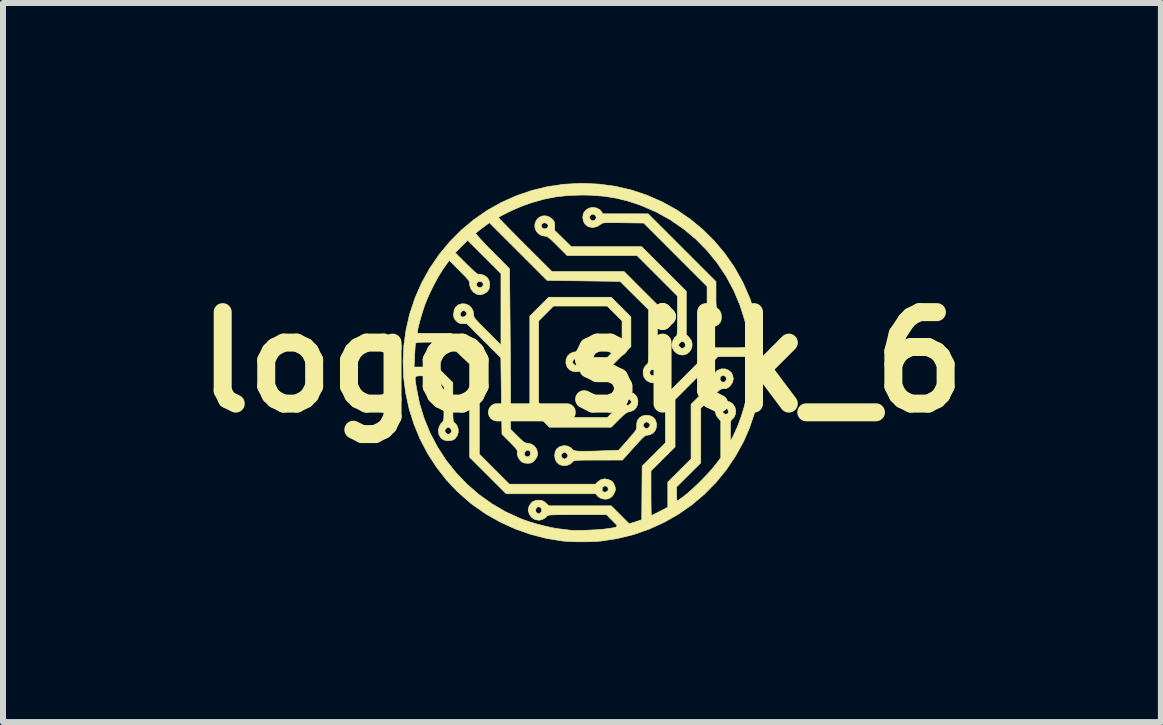
<source format=kicad_pcb>
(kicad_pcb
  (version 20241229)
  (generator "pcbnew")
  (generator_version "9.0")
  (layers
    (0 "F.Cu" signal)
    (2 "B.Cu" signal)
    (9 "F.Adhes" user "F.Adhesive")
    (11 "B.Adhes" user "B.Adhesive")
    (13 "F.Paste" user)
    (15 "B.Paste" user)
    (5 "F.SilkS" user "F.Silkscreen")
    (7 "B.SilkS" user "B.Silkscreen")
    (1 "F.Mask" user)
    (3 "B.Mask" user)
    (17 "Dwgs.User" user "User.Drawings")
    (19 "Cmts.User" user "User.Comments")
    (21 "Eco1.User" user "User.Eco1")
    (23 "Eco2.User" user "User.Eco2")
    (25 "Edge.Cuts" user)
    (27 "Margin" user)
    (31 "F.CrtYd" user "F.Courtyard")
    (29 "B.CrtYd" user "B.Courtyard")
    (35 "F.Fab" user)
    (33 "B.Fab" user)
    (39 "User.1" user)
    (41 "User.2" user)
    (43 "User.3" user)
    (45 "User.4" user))
  (footprint "logo_silk_6"
    (layer "F.Cu")
    (at 6.648 2.986)
    (property "Reference" "logo_silk_6" (at 0 0 0) (layer "F.SilkS") (effects (font (size 1.524 1.524) (thickness 0.3))))
    (attr through_hole)
    (fp_poly (pts (xy -0.547 -2.422) (xy -0.499 -2.387) (xy -0.472 -2.357) (xy -0.459 -2.328) (xy -0.455 -2.29) (xy -0.455 -2.27) (xy -0.455 -2.197) (xy -0.316 -2.061) (xy -0.178 -1.925) (xy 0.996 -1.925) (xy 1.367 -1.554) (xy 1.738 -1.183) (xy 1.738 -0.46) (xy 1.778 -0.421) (xy 1.818 -0.369) (xy 1.835 -0.313) (xy 1.833 -0.258) (xy 1.815 -0.207) (xy 1.782 -0.165) (xy 1.739 -0.134) (xy 1.687 -0.12) (xy 1.63 -0.125) (xy 1.581 -0.147) (xy 1.536 -0.187) (xy 1.506 -0.24) (xy 1.497 -0.288) (xy 1.497 -0.289) (xy 1.61 -0.289) (xy 1.616 -0.27) (xy 1.63 -0.255) (xy 1.654 -0.234) (xy 1.671 -0.229) (xy 1.695 -0.239) (xy 1.699 -0.241) (xy 1.72 -0.264) (xy 1.723 -0.295) (xy 1.712 -0.324) (xy 1.689 -0.343) (xy 1.663 -0.345) (xy 1.639 -0.331) (xy 1.622 -0.312) (xy 1.61 -0.289) (xy 1.497 -0.289) (xy 1.505 -0.331) (xy 1.523 -0.377) (xy 1.548 -0.414) (xy 1.566 -0.429) (xy 1.574 -0.434) (xy 1.58 -0.444) (xy 1.584 -0.461) (xy 1.587 -0.489) (xy 1.589 -0.53) (xy 1.59 -0.589) (xy 1.591 -0.668) (xy 1.591 -0.77) (xy 1.591 -1.103) (xy 0.916 -1.778) (xy -0.248 -1.778) (xy -0.408 -1.938) (xy -0.47 -2) (xy -0.517 -2.044) (xy -0.552 -2.074) (xy -0.578 -2.091) (xy -0.598 -2.098) (xy -0.605 -2.099) (xy -0.671 -2.11) (xy -0.724 -2.141) (xy -0.763 -2.187) (xy -0.784 -2.242) (xy -0.785 -2.259) (xy -0.674 -2.259) (xy -0.668 -2.245) (xy -0.644 -2.225) (xy -0.612 -2.222) (xy -0.581 -2.236) (xy -0.57 -2.249) (xy -0.563 -2.28) (xy -0.579 -2.307) (xy -0.612 -2.322) (xy -0.619 -2.324) (xy -0.653 -2.317) (xy -0.673 -2.293) (xy -0.674 -2.259) (xy -0.785 -2.259) (xy -0.785 -2.302) (xy -0.762 -2.363) (xy -0.762 -2.364) (xy -0.719 -2.41) (xy -0.666 -2.436) (xy -0.606 -2.44) (xy -0.547 -2.422)) (stroke (width 0.01) (type solid)) (fill yes) (layer "F.SilkS"))
    (fp_poly (pts (xy 0.247 -2.569) (xy 0.299 -2.539) (xy 0.326 -2.507) (xy 0.348 -2.473) (xy 1.103 -2.473) (xy 1.668 -1.908) (xy 2.233 -1.343) (xy 2.233 -1.127) (xy 2.233 -1.046) (xy 2.234 -0.987) (xy 2.236 -0.948) (xy 2.24 -0.922) (xy 2.245 -0.907) (xy 2.254 -0.899) (xy 2.259 -0.896) (xy 2.294 -0.863) (xy 2.316 -0.814) (xy 2.325 -0.757) (xy 2.318 -0.698) (xy 2.306 -0.668) (xy 2.27 -0.626) (xy 2.219 -0.599) (xy 2.159 -0.588) (xy 2.098 -0.597) (xy 2.069 -0.609) (xy 2.029 -0.644) (xy 2.004 -0.693) (xy 1.993 -0.749) (xy 1.995 -0.765) (xy 2.102 -0.765) (xy 2.104 -0.737) (xy 2.12 -0.716) (xy 2.149 -0.697) (xy 2.178 -0.703) (xy 2.2 -0.723) (xy 2.216 -0.749) (xy 2.211 -0.772) (xy 2.182 -0.805) (xy 2.151 -0.81) (xy 2.126 -0.796) (xy 2.102 -0.765) (xy 1.995 -0.765) (xy 1.998 -0.806) (xy 2.018 -0.856) (xy 2.053 -0.892) (xy 2.059 -0.896) (xy 2.07 -0.904) (xy 2.077 -0.916) (xy 2.082 -0.939) (xy 2.084 -0.975) (xy 2.085 -1.03) (xy 2.085 -1.087) (xy 2.085 -1.263) (xy 1.557 -1.791) (xy 1.029 -2.319) (xy 0.687 -2.324) (xy 0.582 -2.325) (xy 0.501 -2.326) (xy 0.44 -2.326) (xy 0.395 -2.324) (xy 0.364 -2.322) (xy 0.344 -2.318) (xy 0.33 -2.312) (xy 0.319 -2.305) (xy 0.316 -2.302) (xy 0.255 -2.262) (xy 0.188 -2.245) (xy 0.121 -2.254) (xy 0.093 -2.266) (xy 0.051 -2.302) (xy 0.023 -2.353) (xy 0.014 -2.407) (xy 0.123 -2.407) (xy 0.14 -2.38) (xy 0.17 -2.356) (xy 0.199 -2.358) (xy 0.22 -2.374) (xy 0.239 -2.403) (xy 0.232 -2.432) (xy 0.213 -2.454) (xy 0.182 -2.469) (xy 0.152 -2.458) (xy 0.128 -2.43) (xy 0.123 -2.407) (xy 0.014 -2.407) (xy 0.013 -2.412) (xy 0.022 -2.471) (xy 0.035 -2.499) (xy 0.076 -2.545) (xy 0.129 -2.572) (xy 0.189 -2.58) (xy 0.247 -2.569)) (stroke (width 0.01) (type solid)) (fill yes) (layer "F.SilkS"))
    (fp_poly (pts (xy 1.129 0.89) (xy 1.181 0.914) (xy 1.219 0.955) (xy 1.223 0.962) (xy 1.243 1.024) (xy 1.24 1.085) (xy 1.219 1.14) (xy 1.181 1.183) (xy 1.129 1.21) (xy 1.084 1.217) (xy 1.069 1.219) (xy 1.051 1.227) (xy 1.029 1.244) (xy 0.999 1.272) (xy 0.96 1.313) (xy 0.907 1.37) (xy 0.86 1.423) (xy 0.675 1.63) (xy 0.271 1.631) (xy 0.156 1.631) (xy 0.065 1.631) (xy -0.005 1.632) (xy -0.057 1.634) (xy -0.095 1.636) (xy -0.12 1.639) (xy -0.135 1.644) (xy -0.145 1.65) (xy -0.15 1.655) (xy -0.195 1.697) (xy -0.254 1.72) (xy -0.317 1.723) (xy -0.376 1.705) (xy -0.422 1.665) (xy -0.448 1.61) (xy -0.453 1.564) (xy -0.346 1.564) (xy -0.326 1.597) (xy -0.295 1.614) (xy -0.265 1.605) (xy -0.245 1.583) (xy -0.234 1.56) (xy -0.24 1.539) (xy -0.252 1.523) (xy -0.273 1.502) (xy -0.294 1.5) (xy -0.313 1.507) (xy -0.341 1.532) (xy -0.346 1.564) (xy -0.453 1.564) (xy -0.455 1.554) (xy -0.446 1.49) (xy -0.419 1.443) (xy -0.374 1.41) (xy -0.312 1.391) (xy -0.248 1.395) (xy -0.19 1.421) (xy -0.15 1.46) (xy -0.138 1.469) (xy -0.116 1.476) (xy -0.082 1.481) (xy -0.034 1.483) (xy 0.032 1.484) (xy 0.117 1.483) (xy 0.224 1.481) (xy 0.354 1.476) (xy 0.383 1.475) (xy 0.613 1.466) (xy 0.764 1.295) (xy 0.818 1.232) (xy 0.858 1.186) (xy 0.885 1.152) (xy 0.901 1.127) (xy 0.909 1.106) (xy 0.912 1.087) (xy 0.911 1.065) (xy 0.911 1.064) (xy 0.911 1.056) (xy 1.019 1.056) (xy 1.035 1.082) (xy 1.063 1.105) (xy 1.087 1.105) (xy 1.112 1.087) (xy 1.133 1.059) (xy 1.13 1.033) (xy 1.109 1.009) (xy 1.078 0.993) (xy 1.047 1.005) (xy 1.024 1.033) (xy 1.019 1.056) (xy 0.911 1.056) (xy 0.914 1.01) (xy 0.928 0.965) (xy 0.928 0.964) (xy 0.965 0.92) (xy 1.015 0.893) (xy 1.072 0.883) (xy 1.129 0.89)) (stroke (width 0.01) (type solid)) (fill yes) (layer "F.SilkS"))
    (fp_poly (pts (xy 0.815 -0.755) (xy 0.815 -0.26) (xy 0.652 -0.097) (xy 0.488 0.067) (xy 0.271 0.067) (xy 0.19 0.067) (xy 0.132 0.068) (xy 0.092 0.07) (xy 0.067 0.074) (xy 0.052 0.08) (xy 0.043 0.088) (xy 0.04 0.093) (xy 0.006 0.131) (xy -0.042 0.153) (xy -0.098 0.159) (xy -0.155 0.151) (xy -0.205 0.127) (xy -0.242 0.089) (xy -0.247 0.081) (xy -0.268 0.017) (xy -0.266 -0.017) (xy -0.157 -0.017) (xy -0.155 0.012) (xy -0.139 0.032) (xy -0.11 0.051) (xy -0.081 0.045) (xy -0.059 0.026) (xy -0.043 -0.000375) (xy -0.048 -0.023) (xy -0.078 -0.056) (xy -0.108 -0.062) (xy -0.133 -0.047) (xy -0.157 -0.017) (xy -0.266 -0.017) (xy -0.265 -0.045) (xy -0.242 -0.1) (xy -0.201 -0.142) (xy -0.145 -0.168) (xy -0.099 -0.174) (xy -0.055 -0.167) (xy -0.01 -0.148) (xy 0.027 -0.123) (xy 0.045 -0.1) (xy 0.053 -0.092) (xy 0.071 -0.086) (xy 0.104 -0.083) (xy 0.155 -0.081) (xy 0.229 -0.08) (xy 0.238 -0.08) (xy 0.423 -0.08) (xy 0.546 -0.205) (xy 0.668 -0.331) (xy 0.668 -0.689) (xy 0.421 -0.936) (xy -0.475 -0.936) (xy -0.722 -0.688) (xy -0.722 0.676) (xy -0.474 0.922) (xy 0.422 0.922) (xy 0.512 0.832) (xy 0.602 0.741) (xy 0.602 0.663) (xy 0.602 0.645) (xy 0.71 0.645) (xy 0.717 0.679) (xy 0.731 0.697) (xy 0.754 0.718) (xy 0.775 0.717) (xy 0.802 0.695) (xy 0.803 0.694) (xy 0.821 0.672) (xy 0.821 0.653) (xy 0.812 0.637) (xy 0.782 0.609) (xy 0.749 0.605) (xy 0.728 0.615) (xy 0.71 0.645) (xy 0.602 0.645) (xy 0.603 0.617) (xy 0.611 0.586) (xy 0.628 0.56) (xy 0.647 0.54) (xy 0.681 0.511) (xy 0.713 0.498) (xy 0.755 0.495) (xy 0.825 0.504) (xy 0.877 0.532) (xy 0.914 0.579) (xy 0.915 0.583) (xy 0.933 0.646) (xy 0.927 0.707) (xy 0.901 0.76) (xy 0.858 0.801) (xy 0.801 0.823) (xy 0.792 0.825) (xy 0.767 0.83) (xy 0.743 0.842) (xy 0.714 0.862) (xy 0.677 0.895) (xy 0.627 0.944) (xy 0.613 0.957) (xy 0.488 1.083) (xy -0.542 1.083) (xy -0.869 0.755) (xy -0.869 -0.768) (xy -0.712 -0.926) (xy -0.555 -1.083) (xy 0.488 -1.083) (xy 0.815 -0.755)) (stroke (width 0.01) (type solid)) (fill yes) (layer "F.SilkS"))
    (fp_poly (pts (xy 0.288 -2.968) (xy 0.564 -2.93) (xy 0.832 -2.867) (xy 1.091 -2.78) (xy 1.34 -2.67) (xy 1.577 -2.539) (xy 1.801 -2.386) (xy 2.011 -2.213) (xy 2.205 -2.021) (xy 2.382 -1.81) (xy 2.54 -1.582) (xy 2.678 -1.337) (xy 2.687 -1.317) (xy 2.799 -1.062) (xy 2.885 -0.8) (xy 2.946 -0.532) (xy 2.983 -0.259) (xy 2.995 0.015) (xy 2.982 0.289) (xy 2.944 0.561) (xy 2.881 0.829) (xy 2.793 1.091) (xy 2.695 1.317) (xy 2.56 1.563) (xy 2.404 1.794) (xy 2.23 2.007) (xy 2.037 2.202) (xy 1.828 2.379) (xy 1.603 2.535) (xy 1.365 2.67) (xy 1.115 2.783) (xy 0.853 2.874) (xy 0.581 2.94) (xy 0.318 2.98) (xy 0.236 2.987) (xy 0.136 2.991) (xy 0.025 2.992) (xy -0.088 2.992) (xy -0.195 2.988) (xy -0.288 2.983) (xy -0.328 2.979) (xy -0.593 2.936) (xy -0.856 2.868) (xy -1.114 2.777) (xy -1.363 2.663) (xy -1.6 2.529) (xy -1.82 2.376) (xy -1.865 2.341) (xy -2.073 2.158) (xy -2.261 1.959) (xy -2.427 1.745) (xy -2.573 1.519) (xy -2.697 1.282) (xy -2.799 1.035) (xy -2.879 0.781) (xy -2.936 0.521) (xy -2.971 0.257) (xy -2.978 0.08) (xy -2.798 0.08) (xy -2.413 0.08) (xy -2.283 0.21) (xy -2.152 0.34) (xy -2.152 0.664) (xy -2.152 0.766) (xy -2.152 0.844) (xy -2.15 0.903) (xy -2.148 0.944) (xy -2.145 0.972) (xy -2.14 0.99) (xy -2.134 1) (xy -2.128 1.005) (xy -2.086 1.05) (xy -2.064 1.106) (xy -2.061 1.165) (xy -2.077 1.222) (xy -2.112 1.27) (xy -2.141 1.292) (xy -2.19 1.307) (xy -2.248 1.308) (xy -2.302 1.295) (xy -2.313 1.29) (xy -2.357 1.253) (xy -2.384 1.203) (xy -2.392 1.145) (xy -2.392 1.143) (xy -2.286 1.143) (xy -2.276 1.169) (xy -2.252 1.193) (xy -2.227 1.203) (xy -2.206 1.194) (xy -2.186 1.177) (xy -2.171 1.156) (xy -2.172 1.138) (xy -2.184 1.117) (xy -2.206 1.092) (xy -2.225 1.083) (xy -2.252 1.093) (xy -2.276 1.118) (xy -2.286 1.143) (xy -2.392 1.143) (xy -2.383 1.085) (xy -2.356 1.03) (xy -2.327 0.999) (xy -2.318 0.99) (xy -2.311 0.979) (xy -2.306 0.961) (xy -2.303 0.933) (xy -2.301 0.891) (xy -2.3 0.832) (xy -2.299 0.752) (xy -2.299 0.692) (xy -2.299 0.408) (xy -2.389 0.318) (xy -2.479 0.227) (xy -2.63 0.227) (xy -2.692 0.227) (xy -2.736 0.228) (xy -2.763 0.235) (xy -2.777 0.252) (xy -2.78 0.282) (xy -2.774 0.331) (xy -2.763 0.401) (xy -2.76 0.42) (xy -2.708 0.683) (xy -2.63 0.938) (xy -2.529 1.183) (xy -2.406 1.416) (xy -2.262 1.637) (xy -2.098 1.843) (xy -1.915 2.033) (xy -1.716 2.206) (xy -1.5 2.36) (xy -1.269 2.494) (xy -1.024 2.606) (xy -0.969 2.627) (xy -0.861 2.664) (xy -0.741 2.699) (xy -0.616 2.731) (xy -0.496 2.758) (xy -0.389 2.776) (xy -0.361 2.779) (xy -0.301 2.786) (xy -0.246 2.793) (xy -0.205 2.798) (xy -0.194 2.8) (xy -0.153 2.803) (xy -0.091 2.803) (xy -0.014 2.802) (xy 0.072 2.8) (xy 0.161 2.796) (xy 0.249 2.791) (xy 0.328 2.785) (xy 0.394 2.778) (xy 0.421 2.774) (xy 0.497 2.763) (xy 0.548 2.753) (xy 0.577 2.743) (xy 0.585 2.729) (xy 0.574 2.709) (xy 0.546 2.679) (xy 0.507 2.639) (xy 0.408 2.54) (xy -0.082 2.54) (xy -0.211 2.54) (xy -0.316 2.541) (xy -0.399 2.541) (xy -0.463 2.543) (xy -0.51 2.545) (xy -0.543 2.547) (xy -0.564 2.551) (xy -0.575 2.555) (xy -0.58 2.56) (xy -0.601 2.586) (xy -0.639 2.61) (xy -0.684 2.628) (xy -0.722 2.633) (xy -0.782 2.621) (xy -0.835 2.588) (xy -0.874 2.539) (xy -0.894 2.481) (xy -0.895 2.475) (xy -0.773 2.475) (xy -0.76 2.504) (xy -0.754 2.509) (xy -0.732 2.523) (xy -0.722 2.527) (xy -0.706 2.52) (xy -0.69 2.509) (xy -0.672 2.484) (xy -0.672 2.454) (xy -0.685 2.427) (xy -0.709 2.41) (xy -0.737 2.41) (xy -0.745 2.414) (xy -0.768 2.441) (xy -0.773 2.475) (xy -0.895 2.475) (xy -0.896 2.459) (xy -0.886 2.412) (xy -0.861 2.365) (xy -0.828 2.328) (xy -0.814 2.319) (xy -0.777 2.307) (xy -0.73 2.3) (xy -0.716 2.299) (xy -0.674 2.303) (xy -0.64 2.317) (xy -0.603 2.346) (xy -0.552 2.393) (xy 0.488 2.393) (xy 0.638 2.543) (xy 0.788 2.693) (xy 0.892 2.659) (xy 0.996 2.625) (xy 0.999 2.178) (xy 1.002 1.811) (xy 1.15 1.811) (xy 1.15 2.182) (xy 1.15 2.279) (xy 1.151 2.366) (xy 1.152 2.44) (xy 1.153 2.499) (xy 1.155 2.537) (xy 1.157 2.553) (xy 1.158 2.553) (xy 1.172 2.548) (xy 1.205 2.532) (xy 1.251 2.509) (xy 1.298 2.485) (xy 1.43 2.417) (xy 1.43 1.998) (xy 1.624 1.805) (xy 1.818 1.611) (xy 1.818 0.701) (xy 2.003 0.517) (xy 2.067 0.452) (xy 2.115 0.403) (xy 2.148 0.367) (xy 2.168 0.34) (xy 2.179 0.32) (xy 2.183 0.305) (xy 2.182 0.296) (xy 2.183 0.283) (xy 2.3 0.283) (xy 2.312 0.313) (xy 2.338 0.332) (xy 2.353 0.334) (xy 2.381 0.325) (xy 2.39 0.318) (xy 2.407 0.288) (xy 2.403 0.256) (xy 2.384 0.232) (xy 2.355 0.22) (xy 2.326 0.227) (xy 2.304 0.251) (xy 2.3 0.283) (xy 2.183 0.283) (xy 2.186 0.243) (xy 2.209 0.189) (xy 2.246 0.145) (xy 2.262 0.134) (xy 2.322 0.111) (xy 2.384 0.111) (xy 2.441 0.132) (xy 2.487 0.172) (xy 2.508 0.21) (xy 2.522 0.274) (xy 2.51 0.335) (xy 2.471 0.392) (xy 2.467 0.397) (xy 2.432 0.426) (xy 2.399 0.439) (xy 2.364 0.441) (xy 2.343 0.442) (xy 2.324 0.446) (xy 2.303 0.456) (xy 2.279 0.474) (xy 2.246 0.503) (xy 2.201 0.547) (xy 2.142 0.605) (xy 1.979 0.768) (xy 1.979 1.678) (xy 1.577 2.078) (xy 1.577 2.196) (xy 1.578 2.248) (xy 1.58 2.288) (xy 1.583 2.31) (xy 1.585 2.313) (xy 1.598 2.305) (xy 1.628 2.285) (xy 1.669 2.255) (xy 1.702 2.23) (xy 1.769 2.176) (xy 1.847 2.106) (xy 1.932 2.026) (xy 2.017 1.941) (xy 2.098 1.856) (xy 2.169 1.777) (xy 2.225 1.708) (xy 2.23 1.702) (xy 2.313 1.592) (xy 2.313 0.979) (xy 2.273 0.936) (xy 2.235 0.881) (xy 2.225 0.827) (xy 2.343 0.827) (xy 2.358 0.853) (xy 2.389 0.866) (xy 2.405 0.866) (xy 2.431 0.858) (xy 2.439 0.836) (xy 2.44 0.824) (xy 2.431 0.787) (xy 2.409 0.766) (xy 2.379 0.765) (xy 2.37 0.77) (xy 2.346 0.797) (xy 2.343 0.827) (xy 2.225 0.827) (xy 2.224 0.823) (xy 2.238 0.758) (xy 2.243 0.745) (xy 2.279 0.693) (xy 2.329 0.66) (xy 2.386 0.647) (xy 2.446 0.655) (xy 2.501 0.686) (xy 2.513 0.697) (xy 2.548 0.748) (xy 2.562 0.807) (xy 2.557 0.867) (xy 2.532 0.92) (xy 2.506 0.948) (xy 2.492 0.959) (xy 2.483 0.973) (xy 2.478 0.993) (xy 2.475 1.025) (xy 2.474 1.074) (xy 2.474 1.145) (xy 2.474 1.317) (xy 2.526 1.217) (xy 2.59 1.076) (xy 2.649 0.918) (xy 2.702 0.749) (xy 2.744 0.579) (xy 2.774 0.42) (xy 2.783 0.354) (xy 2.791 0.272) (xy 2.798 0.184) (xy 2.803 0.099) (xy 2.803 0.097) (xy 2.812 -0.094) (xy 2.266 -0.094) (xy 1.908 0.264) (xy 1.551 0.622) (xy 1.551 1.411) (xy 1.35 1.611) (xy 1.15 1.811) (xy 1.002 1.811) (xy 1.003 1.731) (xy 1.197 1.537) (xy 1.39 1.344) (xy 1.39 0.555) (xy 1.788 0.157) (xy 2.186 -0.241) (xy 2.482 -0.241) (xy 2.575 -0.241) (xy 2.655 -0.243) (xy 2.719 -0.245) (xy 2.764 -0.248) (xy 2.785 -0.252) (xy 2.787 -0.253) (xy 2.789 -0.274) (xy 2.786 -0.315) (xy 2.779 -0.373) (xy 2.767 -0.442) (xy 2.754 -0.517) (xy 2.738 -0.593) (xy 2.721 -0.666) (xy 2.715 -0.69) (xy 2.633 -0.95) (xy 2.528 -1.198) (xy 2.401 -1.434) (xy 2.253 -1.655) (xy 2.085 -1.861) (xy 1.899 -2.05) (xy 1.695 -2.22) (xy 1.476 -2.371) (xy 1.242 -2.501) (xy 0.994 -2.609) (xy 0.984 -2.613) (xy 0.776 -2.683) (xy 0.574 -2.733) (xy 0.369 -2.766) (xy 0.154 -2.783) (xy 0.007 -2.786) (xy -0.219 -2.779) (xy -0.429 -2.757) (xy -0.632 -2.717) (xy -0.835 -2.66) (xy -0.97 -2.613) (xy -1.028 -2.59) (xy -1.093 -2.562) (xy -1.161 -2.532) (xy -1.228 -2.5) (xy -1.288 -2.47) (xy -1.338 -2.444) (xy -1.374 -2.424) (xy -1.39 -2.411) (xy -1.39 -2.41) (xy -1.381 -2.398) (xy -1.355 -2.37) (xy -1.313 -2.327) (xy -1.258 -2.271) (xy -1.192 -2.203) (xy -1.116 -2.126) (xy -1.032 -2.041) (xy -0.946 -1.955) (xy -0.501 -1.511) (xy 0.702 -1.511) (xy 0.979 -1.233) (xy 1.257 -0.956) (xy 1.257 0.003) (xy 1.303 0.055) (xy 1.339 0.111) (xy 1.353 0.167) (xy 1.346 0.221) (xy 1.323 0.269) (xy 1.287 0.308) (xy 1.241 0.334) (xy 1.189 0.344) (xy 1.133 0.336) (xy 1.078 0.305) (xy 1.068 0.296) (xy 1.035 0.251) (xy 1.019 0.195) (xy 1.02 0.187) (xy 1.131 0.187) (xy 1.137 0.201) (xy 1.16 0.221) (xy 1.193 0.224) (xy 1.224 0.21) (xy 1.235 0.197) (xy 1.242 0.167) (xy 1.226 0.14) (xy 1.193 0.124) (xy 1.186 0.123) (xy 1.152 0.129) (xy 1.132 0.153) (xy 1.131 0.187) (xy 1.02 0.187) (xy 1.021 0.136) (xy 1.04 0.083) (xy 1.076 0.042) (xy 1.083 0.037) (xy 1.09 0.031) (xy 1.096 0.023) (xy 1.101 0.009) (xy 1.104 -0.013) (xy 1.106 -0.047) (xy 1.108 -0.094) (xy 1.109 -0.158) (xy 1.109 -0.242) (xy 1.11 -0.348) (xy 1.11 -0.428) (xy 1.11 -0.876) (xy 0.872 -1.112) (xy 0.635 -1.347) (xy -0.582 -1.364) (xy -1.063 -1.845) (xy -1.544 -2.325) (xy -1.651 -2.245) (xy -1.698 -2.209) (xy -1.737 -2.179) (xy -1.763 -2.158) (xy -1.771 -2.151) (xy -1.765 -2.138) (xy -1.741 -2.107) (xy -1.699 -2.06) (xy -1.64 -1.997) (xy -1.565 -1.918) (xy -1.495 -1.848) (xy -1.207 -1.557) (xy -1.198 -0.642) (xy -1.197 -0.473) (xy -1.195 -0.301) (xy -1.194 -0.129) (xy -1.193 0.039) (xy -1.192 0.199) (xy -1.191 0.347) (xy -1.19 0.481) (xy -1.19 0.595) (xy -1.19 0.687) (xy -1.19 0.695) (xy -1.19 1.117) (xy -1.073 1.234) (xy -1.022 1.283) (xy -0.985 1.317) (xy -0.957 1.337) (xy -0.934 1.347) (xy -0.913 1.35) (xy -0.909 1.35) (xy -0.848 1.362) (xy -0.796 1.395) (xy -0.759 1.443) (xy -0.741 1.501) (xy -0.742 1.549) (xy -0.758 1.591) (xy -0.789 1.633) (xy -0.795 1.64) (xy -0.827 1.668) (xy -0.857 1.681) (xy -0.899 1.684) (xy -0.907 1.684) (xy -0.957 1.68) (xy -0.994 1.666) (xy -1.014 1.651) (xy -1.05 1.609) (xy -1.073 1.558) (xy -1.075 1.542) (xy -0.959 1.542) (xy -0.941 1.568) (xy -0.909 1.577) (xy -0.881 1.569) (xy -0.872 1.561) (xy -0.855 1.532) (xy -0.858 1.502) (xy -0.874 1.477) (xy -0.899 1.465) (xy -0.927 1.471) (xy -0.937 1.478) (xy -0.958 1.51) (xy -0.959 1.542) (xy -1.075 1.542) (xy -1.08 1.509) (xy -1.078 1.493) (xy -1.078 1.477) (xy -1.087 1.457) (xy -1.108 1.429) (xy -1.144 1.391) (xy -1.196 1.337) (xy -1.202 1.331) (xy -1.333 1.2) (xy -1.343 0.563) (xy -1.352 -0.074) (xy -1.635 -0.358) (xy -1.918 -0.642) (xy -1.983 -0.642) (xy -2.027 -0.645) (xy -2.059 -0.657) (xy -2.092 -0.685) (xy -2.093 -0.687) (xy -2.122 -0.719) (xy -2.135 -0.748) (xy -2.139 -0.789) (xy -2.029 -0.789) (xy -2.018 -0.767) (xy -1.99 -0.752) (xy -1.958 -0.758) (xy -1.929 -0.784) (xy -1.929 -0.784) (xy -1.918 -0.807) (xy -1.923 -0.826) (xy -1.938 -0.842) (xy -1.961 -0.861) (xy -1.979 -0.861) (xy -1.996 -0.852) (xy -2.024 -0.822) (xy -2.029 -0.789) (xy -2.139 -0.789) (xy -2.139 -0.789) (xy -2.139 -0.801) (xy -2.13 -0.87) (xy -2.103 -0.922) (xy -2.057 -0.957) (xy -1.996 -0.975) (xy -1.936 -0.97) (xy -1.882 -0.945) (xy -1.839 -0.903) (xy -1.812 -0.846) (xy -1.805 -0.795) (xy -1.804 -0.778) (xy -1.8 -0.761) (xy -1.791 -0.742) (xy -1.775 -0.719) (xy -1.748 -0.689) (xy -1.71 -0.648) (xy -1.657 -0.595) (xy -1.588 -0.526) (xy -1.577 -0.515) (xy -1.35 -0.288) (xy -1.35 -1.477) (xy -1.628 -1.755) (xy -1.905 -2.032) (xy -2.009 -1.928) (xy -2.112 -1.824) (xy -1.928 -1.64) (xy -1.857 -1.571) (xy -1.804 -1.521) (xy -1.764 -1.487) (xy -1.738 -1.468) (xy -1.722 -1.464) (xy -1.721 -1.464) (xy -1.685 -1.466) (xy -1.641 -1.452) (xy -1.598 -1.426) (xy -1.571 -1.402) (xy -1.545 -1.352) (xy -1.537 -1.292) (xy -1.546 -1.231) (xy -1.557 -1.204) (xy -1.586 -1.17) (xy -1.631 -1.141) (xy -1.68 -1.125) (xy -1.697 -1.123) (xy -1.758 -1.135) (xy -1.811 -1.169) (xy -1.85 -1.219) (xy -1.87 -1.28) (xy -1.871 -1.296) (xy -1.759 -1.296) (xy -1.751 -1.269) (xy -1.727 -1.249) (xy -1.693 -1.244) (xy -1.662 -1.258) (xy -1.66 -1.259) (xy -1.645 -1.289) (xy -1.65 -1.319) (xy -1.672 -1.34) (xy -1.705 -1.347) (xy -1.716 -1.345) (xy -1.749 -1.327) (xy -1.759 -1.296) (xy -1.871 -1.296) (xy -1.872 -1.303) (xy -1.873 -1.323) (xy -1.877 -1.342) (xy -1.889 -1.363) (xy -1.909 -1.389) (xy -1.94 -1.424) (xy -1.986 -1.471) (xy -2.041 -1.526) (xy -2.21 -1.696) (xy -2.256 -1.636) (xy -2.327 -1.535) (xy -2.4 -1.414) (xy -2.472 -1.282) (xy -2.539 -1.146) (xy -2.596 -1.013) (xy -2.613 -0.97) (xy -2.636 -0.905) (xy -2.66 -0.83) (xy -2.684 -0.752) (xy -2.705 -0.676) (xy -2.722 -0.607) (xy -2.735 -0.552) (xy -2.74 -0.516) (xy -2.74 -0.511) (xy -2.741 -0.481) (xy -2.183 -0.481) (xy -1.947 -0.259) (xy -1.711 -0.037) (xy -1.711 1.53) (xy -1.461 1.781) (xy -1.21 2.032) (xy 0.225 2.032) (xy 0.264 1.993) (xy 0.318 1.955) (xy 0.379 1.943) (xy 0.446 1.957) (xy 0.458 1.962) (xy 0.499 1.984) (xy 0.524 2.012) (xy 0.542 2.051) (xy 0.555 2.09) (xy 0.558 2.118) (xy 0.551 2.149) (xy 0.543 2.171) (xy 0.509 2.23) (xy 0.46 2.267) (xy 0.416 2.281) (xy 0.362 2.281) (xy 0.308 2.264) (xy 0.263 2.234) (xy 0.256 2.225) (xy 0.23 2.192) (xy -1.263 2.192) (xy -1.319 2.136) (xy 0.336 2.136) (xy 0.339 2.146) (xy 0.357 2.162) (xy 0.387 2.165) (xy 0.417 2.155) (xy 0.427 2.146) (xy 0.439 2.114) (xy 0.428 2.082) (xy 0.411 2.067) (xy 0.381 2.06) (xy 0.355 2.074) (xy 0.338 2.101) (xy 0.336 2.136) (xy -1.319 2.136) (xy -1.567 1.888) (xy -1.872 1.584) (xy -1.872 0.029) (xy -2.062 -0.152) (xy -2.253 -0.334) (xy -2.508 -0.334) (xy -2.599 -0.334) (xy -2.666 -0.333) (xy -2.713 -0.331) (xy -2.744 -0.328) (xy -2.762 -0.323) (xy -2.771 -0.316) (xy -2.772 -0.313) (xy -2.776 -0.293) (xy -2.78 -0.251) (xy -2.784 -0.194) (xy -2.788 -0.127) (xy -2.789 -0.106) (xy -2.798 0.08) (xy -2.978 0.08) (xy -2.981 -0.01) (xy -2.968 -0.277) (xy -2.931 -0.544) (xy -2.87 -0.808) (xy -2.783 -1.068) (xy -2.674 -1.317) (xy -2.538 -1.563) (xy -2.381 -1.793) (xy -2.206 -2.005) (xy -2.013 -2.199) (xy -1.805 -2.373) (xy -1.582 -2.528) (xy -1.346 -2.661) (xy -1.097 -2.772) (xy -0.839 -2.861) (xy -0.572 -2.926) (xy -0.297 -2.966) (xy -0.015 -2.981) (xy 0.007 -2.981) (xy 0.288 -2.968)) (stroke (width 0.01) (type solid)) (fill yes) (layer "F.SilkS")))
  (gr_rect
    (start -3 -3)
    (end 16.295 8.983)
    (stroke (width 0.1) (type default))
    (fill no)
    (layer "Edge.Cuts")))
</source>
